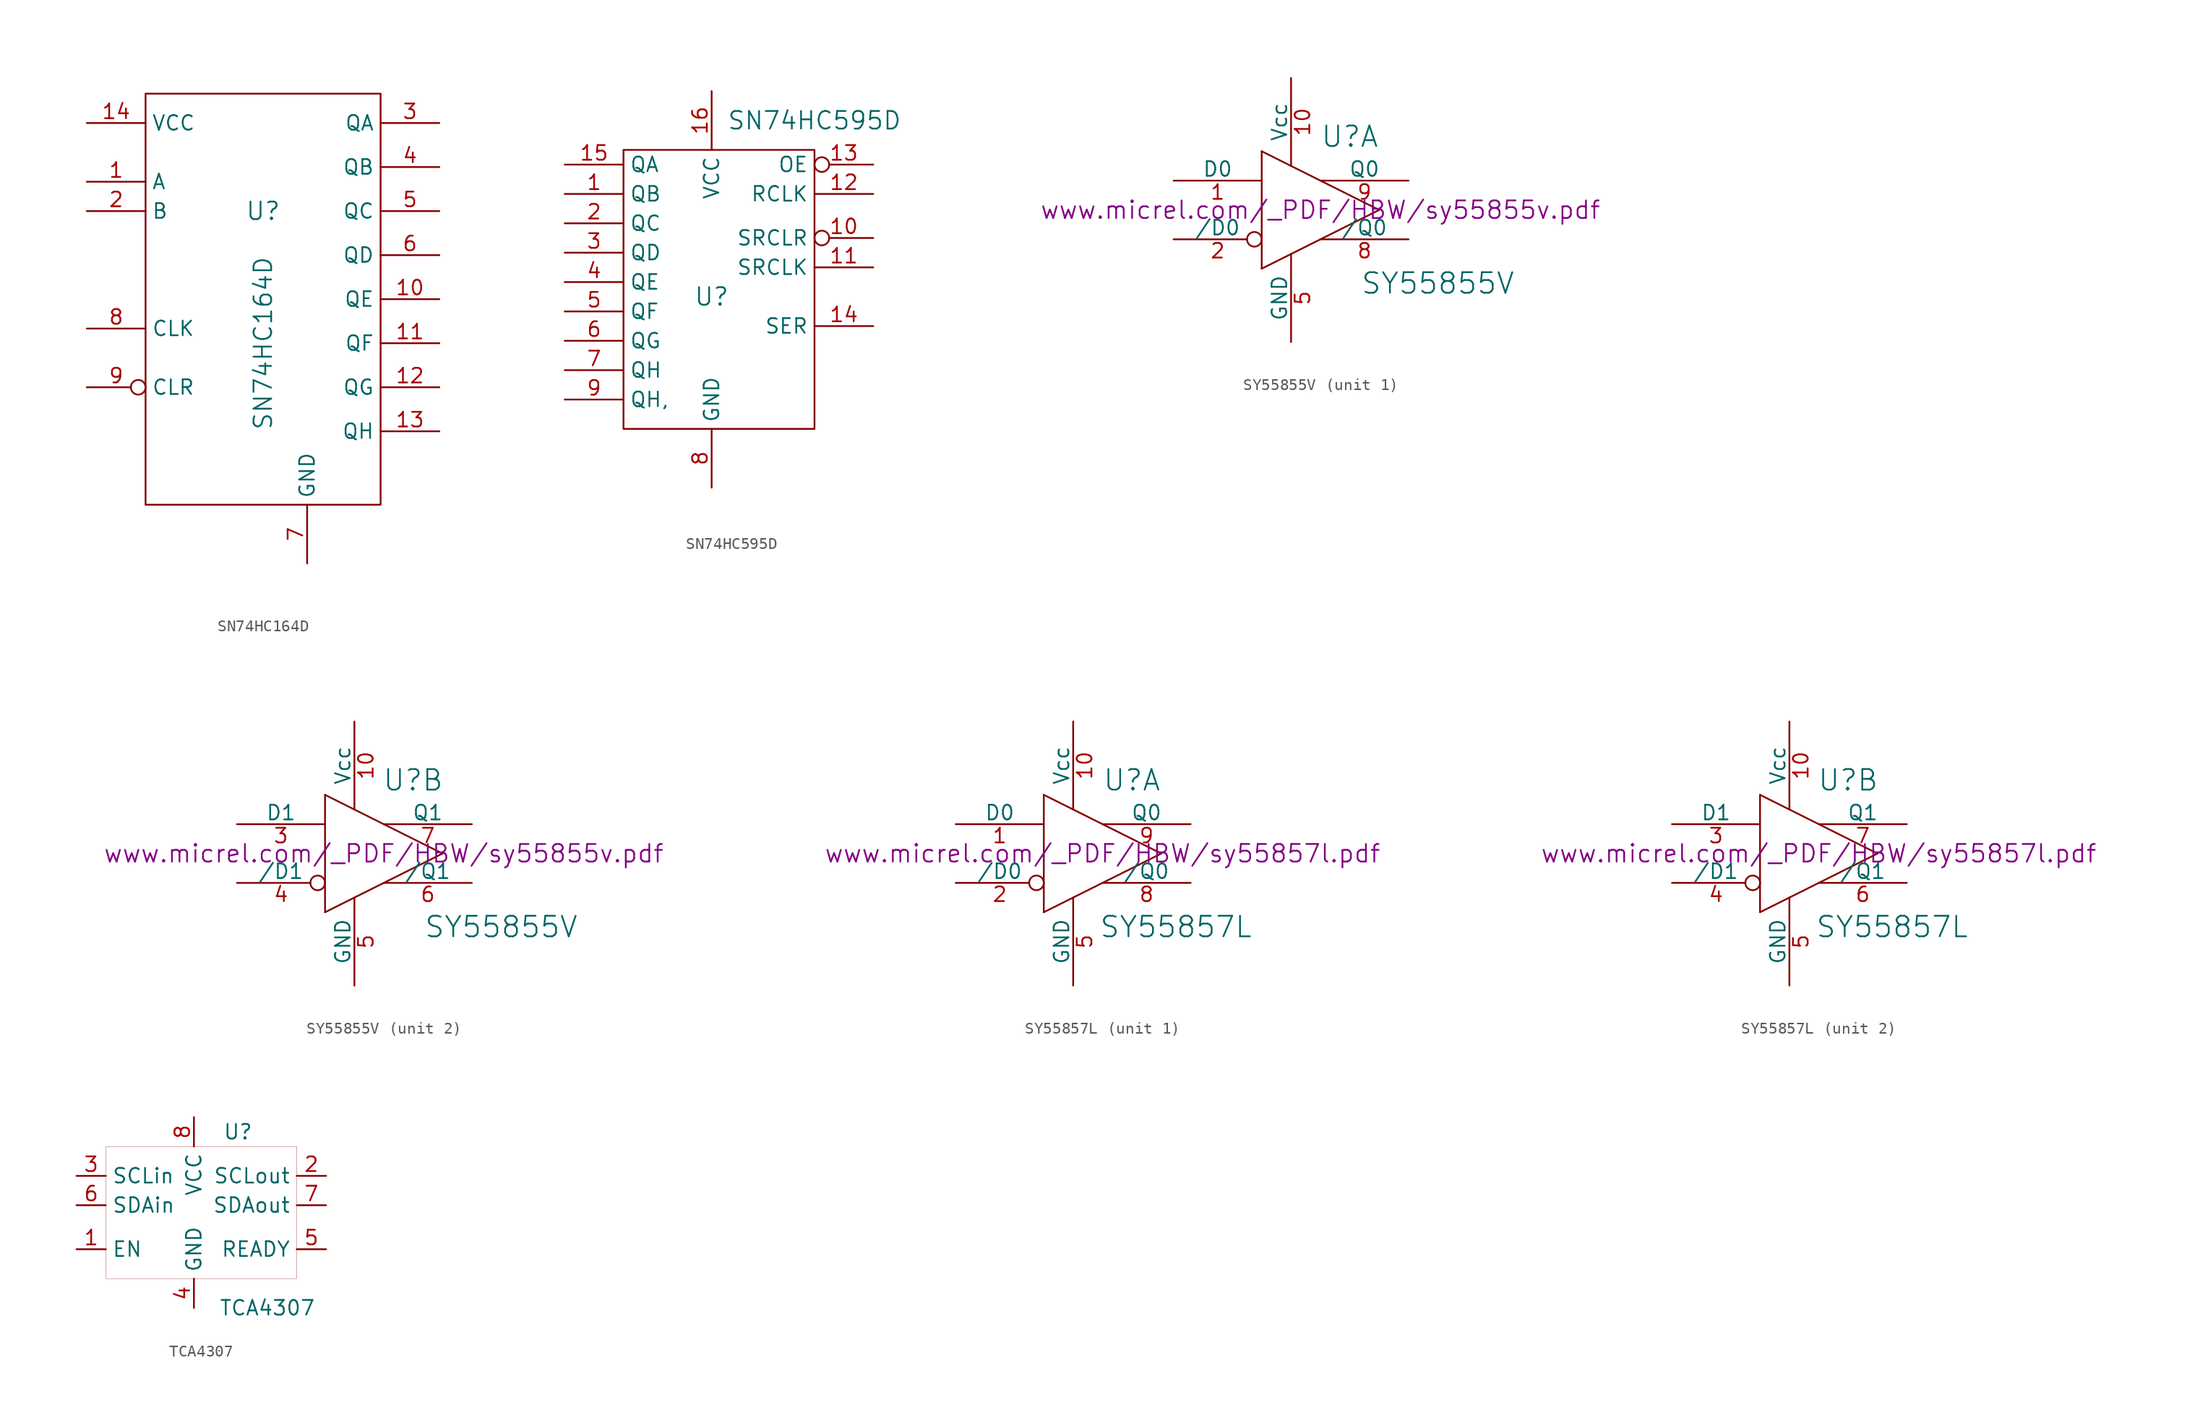
<source format=kicad_sym>
(kicad_symbol_lib
  (version 20220914)
  (generator kicad_symbol_editor)
  (symbol "SN74HC164D"
    (property "Reference" "U"
      (at 1.27 7.62 0)
      (effects (font (size 1.524 1.524))))
    (property "Value" "SN74HC164D"
      (at 1.27 -3.81 90)
      (effects (font (size 1.524 1.524))))
    (property "Footprint" ""
      (at 5.08 -1.27 0)
      (effects (font (size 1.524 1.524))))
    (property "Datasheet" ""
      (at 5.08 -1.27 0)
      (effects (font (size 1.524 1.524))))
    (symbol "SN74HC164D_0_1"
      (rectangle (start -8.89 17.78) (end 11.43 -17.78) (stroke (width 0) (type default)) (fill (type none))))
    (symbol "SN74HC164D_1_1"
      (pin unspecified line (at -13.97 10.16 0) (length 5.08) (name "A" (effects (font (size 1.27 1.27)))) (number "1" (effects (font (size 1.27 1.27)))))
      (pin unspecified line (at 16.51 0 180) (length 5.08) (name "QE" (effects (font (size 1.27 1.27)))) (number "10" (effects (font (size 1.27 1.27)))))
      (pin unspecified line (at 16.51 -3.81 180) (length 5.08) (name "QF" (effects (font (size 1.27 1.27)))) (number "11" (effects (font (size 1.27 1.27)))))
      (pin unspecified line (at 16.51 -7.62 180) (length 5.08) (name "QG" (effects (font (size 1.27 1.27)))) (number "12" (effects (font (size 1.27 1.27)))))
      (pin unspecified line (at 16.51 -11.43 180) (length 5.08) (name "QH" (effects (font (size 1.27 1.27)))) (number "13" (effects (font (size 1.27 1.27)))))
      (pin unspecified line (at -13.97 15.24 0) (length 5.08) (name "VCC" (effects (font (size 1.27 1.27)))) (number "14" (effects (font (size 1.27 1.27)))))
      (pin unspecified line (at -13.97 7.62 0) (length 5.08) (name "B" (effects (font (size 1.27 1.27)))) (number "2" (effects (font (size 1.27 1.27)))))
      (pin unspecified line (at 16.51 15.24 180) (length 5.08) (name "QA" (effects (font (size 1.27 1.27)))) (number "3" (effects (font (size 1.27 1.27)))))
      (pin unspecified line (at 16.51 11.43 180) (length 5.08) (name "QB" (effects (font (size 1.27 1.27)))) (number "4" (effects (font (size 1.27 1.27)))))
      (pin unspecified line (at 16.51 7.62 180) (length 5.08) (name "QC" (effects (font (size 1.27 1.27)))) (number "5" (effects (font (size 1.27 1.27)))))
      (pin unspecified line (at 16.51 3.81 180) (length 5.08) (name "QD" (effects (font (size 1.27 1.27)))) (number "6" (effects (font (size 1.27 1.27)))))
      (pin unspecified line (at 5.08 -22.86 90) (length 5.08) (name "GND" (effects (font (size 1.27 1.27)))) (number "7" (effects (font (size 1.27 1.27)))))
      (pin unspecified line (at -13.97 -2.54 0) (length 5.08) (name "CLK" (effects (font (size 1.27 1.27)))) (number "8" (effects (font (size 1.27 1.27)))))
      (pin unspecified inverted (at -13.97 -7.62 0) (length 5.08) (name "CLR" (effects (font (size 1.27 1.27)))) (number "9" (effects (font (size 1.27 1.27)))))))
  (symbol "SN74HC595D"
    (property "Reference" "U"
      (at 0 0 0)
      (effects (font (size 1.524 1.524))))
    (property "Value" "SN74HC595D"
      (at 8.89 15.24 0)
      (effects (font (size 1.524 1.524))))
    (symbol "SN74HC595D_0_1"
      (rectangle (start -7.62 12.7) (end 8.89 -11.43) (stroke (width 0) (type default)) (fill (type none))))
    (symbol "SN74HC595D_1_1"
      (pin unspecified line (at -12.7 8.89 0) (length 5.08) (name "QB" (effects (font (size 1.27 1.27)))) (number "1" (effects (font (size 1.27 1.27)))))
      (pin unspecified inverted (at 13.97 5.08 180) (length 5.08) (name "SRCLR" (effects (font (size 1.27 1.27)))) (number "10" (effects (font (size 1.27 1.27)))))
      (pin unspecified line (at 13.97 2.54 180) (length 5.08) (name "SRCLK" (effects (font (size 1.27 1.27)))) (number "11" (effects (font (size 1.27 1.27)))))
      (pin unspecified line (at 13.97 8.89 180) (length 5.08) (name "RCLK" (effects (font (size 1.27 1.27)))) (number "12" (effects (font (size 1.27 1.27)))))
      (pin unspecified inverted (at 13.97 11.43 180) (length 5.08) (name "OE" (effects (font (size 1.27 1.27)))) (number "13" (effects (font (size 1.27 1.27)))))
      (pin unspecified line (at 13.97 -2.54 180) (length 5.08) (name "SER" (effects (font (size 1.27 1.27)))) (number "14" (effects (font (size 1.27 1.27)))))
      (pin unspecified line (at -12.7 11.43 0) (length 5.08) (name "QA" (effects (font (size 1.27 1.27)))) (number "15" (effects (font (size 1.27 1.27)))))
      (pin unspecified line (at 0 17.78 270) (length 5.08) (name "VCC" (effects (font (size 1.27 1.27)))) (number "16" (effects (font (size 1.27 1.27)))))
      (pin unspecified line (at -12.7 6.35 0) (length 5.08) (name "QC" (effects (font (size 1.27 1.27)))) (number "2" (effects (font (size 1.27 1.27)))))
      (pin unspecified line (at -12.7 3.81 0) (length 5.08) (name "QD" (effects (font (size 1.27 1.27)))) (number "3" (effects (font (size 1.27 1.27)))))
      (pin unspecified line (at -12.7 1.27 0) (length 5.08) (name "QE" (effects (font (size 1.27 1.27)))) (number "4" (effects (font (size 1.27 1.27)))))
      (pin unspecified line (at -12.7 -1.27 0) (length 5.08) (name "QF" (effects (font (size 1.27 1.27)))) (number "5" (effects (font (size 1.27 1.27)))))
      (pin unspecified line (at -12.7 -3.81 0) (length 5.08) (name "QG" (effects (font (size 1.27 1.27)))) (number "6" (effects (font (size 1.27 1.27)))))
      (pin unspecified line (at -12.7 -6.35 0) (length 5.08) (name "QH" (effects (font (size 1.27 1.27)))) (number "7" (effects (font (size 1.27 1.27)))))
      (pin unspecified line (at 0 -16.51 90) (length 5.08) (name "GND" (effects (font (size 1.27 1.27)))) (number "8" (effects (font (size 1.27 1.27)))))
      (pin unspecified line (at -12.7 -8.89 0) (length 5.08) (name "QH," (effects (font (size 1.27 1.27)))) (number "9" (effects (font (size 1.27 1.27)))))))
  (symbol "SY55855V"
    (pin_names
      (offset 0))
    (property "Reference" "U"
      (at 2.54 6.35 0)
      (effects (font (size 1.778 1.778))))
    (property "Value" "SY55855V"
      (at 10.16 -6.35 0)
      (effects (font (size 1.778 1.778))))
    (property "Footprint" ""
      (at 0 0 0)
      (effects (font (size 1.524 1.524))))
    (property "Datasheet" "www.micrel.com/_PDF/HBW/sy55855v.pdf‎"
      (at 0 0 0)
      (effects (font (size 1.524 1.524))))
    (symbol "SY55855V_0_1"
      (polyline (pts (xy -5.08 -5.08) (xy 5.08 0)) (stroke (width 0) (type default)) (fill (type none)))
      (polyline (pts (xy -5.08 5.08) (xy -5.08 -5.08)) (stroke (width 0) (type default)) (fill (type none)))
      (polyline (pts (xy 5.08 0) (xy -5.08 5.08)) (stroke (width 0) (type default)) (fill (type none)))
      (pin power_in line (at -2.54 11.43 270) (length 7.62) (name "Vcc" (effects (font (size 1.27 1.27)))) (number "10" (effects (font (size 1.27 1.27)))))
      (pin power_in line (at -2.54 -11.43 90) (length 7.62) (name "GND" (effects (font (size 1.27 1.27)))) (number "5" (effects (font (size 1.27 1.27))))))
    (symbol "SY55855V_1_1"
      (pin input line (at -12.7 2.54 0) (length 7.62) (name "D0" (effects (font (size 1.27 1.27)))) (number "1" (effects (font (size 1.27 1.27)))))
      (pin input inverted (at -12.7 -2.54 0) (length 7.62) (name "/D0" (effects (font (size 1.27 1.27)))) (number "2" (effects (font (size 1.27 1.27)))))
      (pin output line (at 7.62 -2.54 180) (length 7.62) (name "/Q0" (effects (font (size 1.27 1.27)))) (number "8" (effects (font (size 1.27 1.27)))))
      (pin output line (at 7.62 2.54 180) (length 7.62) (name "Q0" (effects (font (size 1.27 1.27)))) (number "9" (effects (font (size 1.27 1.27))))))
    (symbol "SY55855V_2_1"
      (pin input line (at -12.7 2.54 0) (length 7.62) (name "D1" (effects (font (size 1.27 1.27)))) (number "3" (effects (font (size 1.27 1.27)))))
      (pin input inverted (at -12.7 -2.54 0) (length 7.62) (name "/D1" (effects (font (size 1.27 1.27)))) (number "4" (effects (font (size 1.27 1.27)))))
      (pin output line (at 7.62 -2.54 180) (length 7.62) (name "/Q1" (effects (font (size 1.27 1.27)))) (number "6" (effects (font (size 1.27 1.27)))))
      (pin output line (at 7.62 2.54 180) (length 7.62) (name "Q1" (effects (font (size 1.27 1.27)))) (number "7" (effects (font (size 1.27 1.27)))))))
  (symbol "SY55857L"
    (pin_names
      (offset 0))
    (property "Reference" "U"
      (at 2.54 6.35 0)
      (effects (font (size 1.778 1.778))))
    (property "Value" "SY55857L"
      (at 6.35 -6.35 0)
      (effects (font (size 1.778 1.778))))
    (property "Footprint" ""
      (at 0 0 0)
      (effects (font (size 1.524 1.524))))
    (property "Datasheet" "www.micrel.com/_PDF/HBW/sy55857l.pdf‎"
      (at 0 0 0)
      (effects (font (size 1.524 1.524))))
    (symbol "SY55857L_0_1"
      (polyline (pts (xy -5.08 -5.08) (xy 5.08 0)) (stroke (width 0) (type default)) (fill (type none)))
      (polyline (pts (xy -5.08 5.08) (xy -5.08 -5.08)) (stroke (width 0) (type default)) (fill (type none)))
      (polyline (pts (xy 5.08 0) (xy -5.08 5.08)) (stroke (width 0) (type default)) (fill (type none)))
      (pin power_in line (at -2.54 11.43 270) (length 7.62) (name "Vcc" (effects (font (size 1.27 1.27)))) (number "10" (effects (font (size 1.27 1.27)))))
      (pin power_in line (at -2.54 -11.43 90) (length 7.62) (name "GND" (effects (font (size 1.27 1.27)))) (number "5" (effects (font (size 1.27 1.27))))))
    (symbol "SY55857L_1_1"
      (pin input line (at -12.7 2.54 0) (length 7.62) (name "D0" (effects (font (size 1.27 1.27)))) (number "1" (effects (font (size 1.27 1.27)))))
      (pin input inverted (at -12.7 -2.54 0) (length 7.62) (name "/D0" (effects (font (size 1.27 1.27)))) (number "2" (effects (font (size 1.27 1.27)))))
      (pin output line (at 7.62 -2.54 180) (length 7.62) (name "/Q0" (effects (font (size 1.27 1.27)))) (number "8" (effects (font (size 1.27 1.27)))))
      (pin output line (at 7.62 2.54 180) (length 7.62) (name "Q0" (effects (font (size 1.27 1.27)))) (number "9" (effects (font (size 1.27 1.27))))))
    (symbol "SY55857L_2_1"
      (pin input line (at -12.7 2.54 0) (length 7.62) (name "D1" (effects (font (size 1.27 1.27)))) (number "3" (effects (font (size 1.27 1.27)))))
      (pin input inverted (at -12.7 -2.54 0) (length 7.62) (name "/D1" (effects (font (size 1.27 1.27)))) (number "4" (effects (font (size 1.27 1.27)))))
      (pin output line (at 7.62 -2.54 180) (length 7.62) (name "/Q1" (effects (font (size 1.27 1.27)))) (number "6" (effects (font (size 1.27 1.27)))))
      (pin output line (at 7.62 2.54 180) (length 7.62) (name "Q1" (effects (font (size 1.27 1.27)))) (number "7" (effects (font (size 1.27 1.27)))))))
  (symbol "TCA4307"
    (property "Reference" "U"
      (at 3.81 6.35 0)
      (effects (font (size 1.27 1.27))))
    (property "Value" "TCA4307"
      (at 6.35 -8.89 0)
      (effects (font (size 1.27 1.27))))
    (symbol "TCA4307_0_1"
      (rectangle (start -7.62 5.08) (end 8.89 -6.35) (stroke (width 0.001) (type default)) (fill (type none))))
    (symbol "TCA4307_1_1"
      (pin unspecified line (at -10.16 -3.81 0) (length 2.54) (name "EN" (effects (font (size 1.27 1.27)))) (number "1" (effects (font (size 1.27 1.27)))))
      (pin unspecified line (at 11.43 2.54 180) (length 2.54) (name "SCLout" (effects (font (size 1.27 1.27)))) (number "2" (effects (font (size 1.27 1.27)))))
      (pin unspecified line (at -10.16 2.54 0) (length 2.54) (name "SCLin" (effects (font (size 1.27 1.27)))) (number "3" (effects (font (size 1.27 1.27)))))
      (pin unspecified line (at 0 -8.89 90) (length 2.54) (name "GND" (effects (font (size 1.27 1.27)))) (number "4" (effects (font (size 1.27 1.27)))))
      (pin unspecified line (at 11.43 -3.81 180) (length 2.54) (name "READY" (effects (font (size 1.27 1.27)))) (number "5" (effects (font (size 1.27 1.27)))))
      (pin unspecified line (at -10.16 0 0) (length 2.54) (name "SDAin" (effects (font (size 1.27 1.27)))) (number "6" (effects (font (size 1.27 1.27)))))
      (pin unspecified line (at 11.43 0 180) (length 2.54) (name "SDAout" (effects (font (size 1.27 1.27)))) (number "7" (effects (font (size 1.27 1.27)))))
      (pin unspecified line (at 0 7.62 270) (length 2.54) (name "VCC" (effects (font (size 1.27 1.27)))) (number "8" (effects (font (size 1.27 1.27))))))))
</source>
